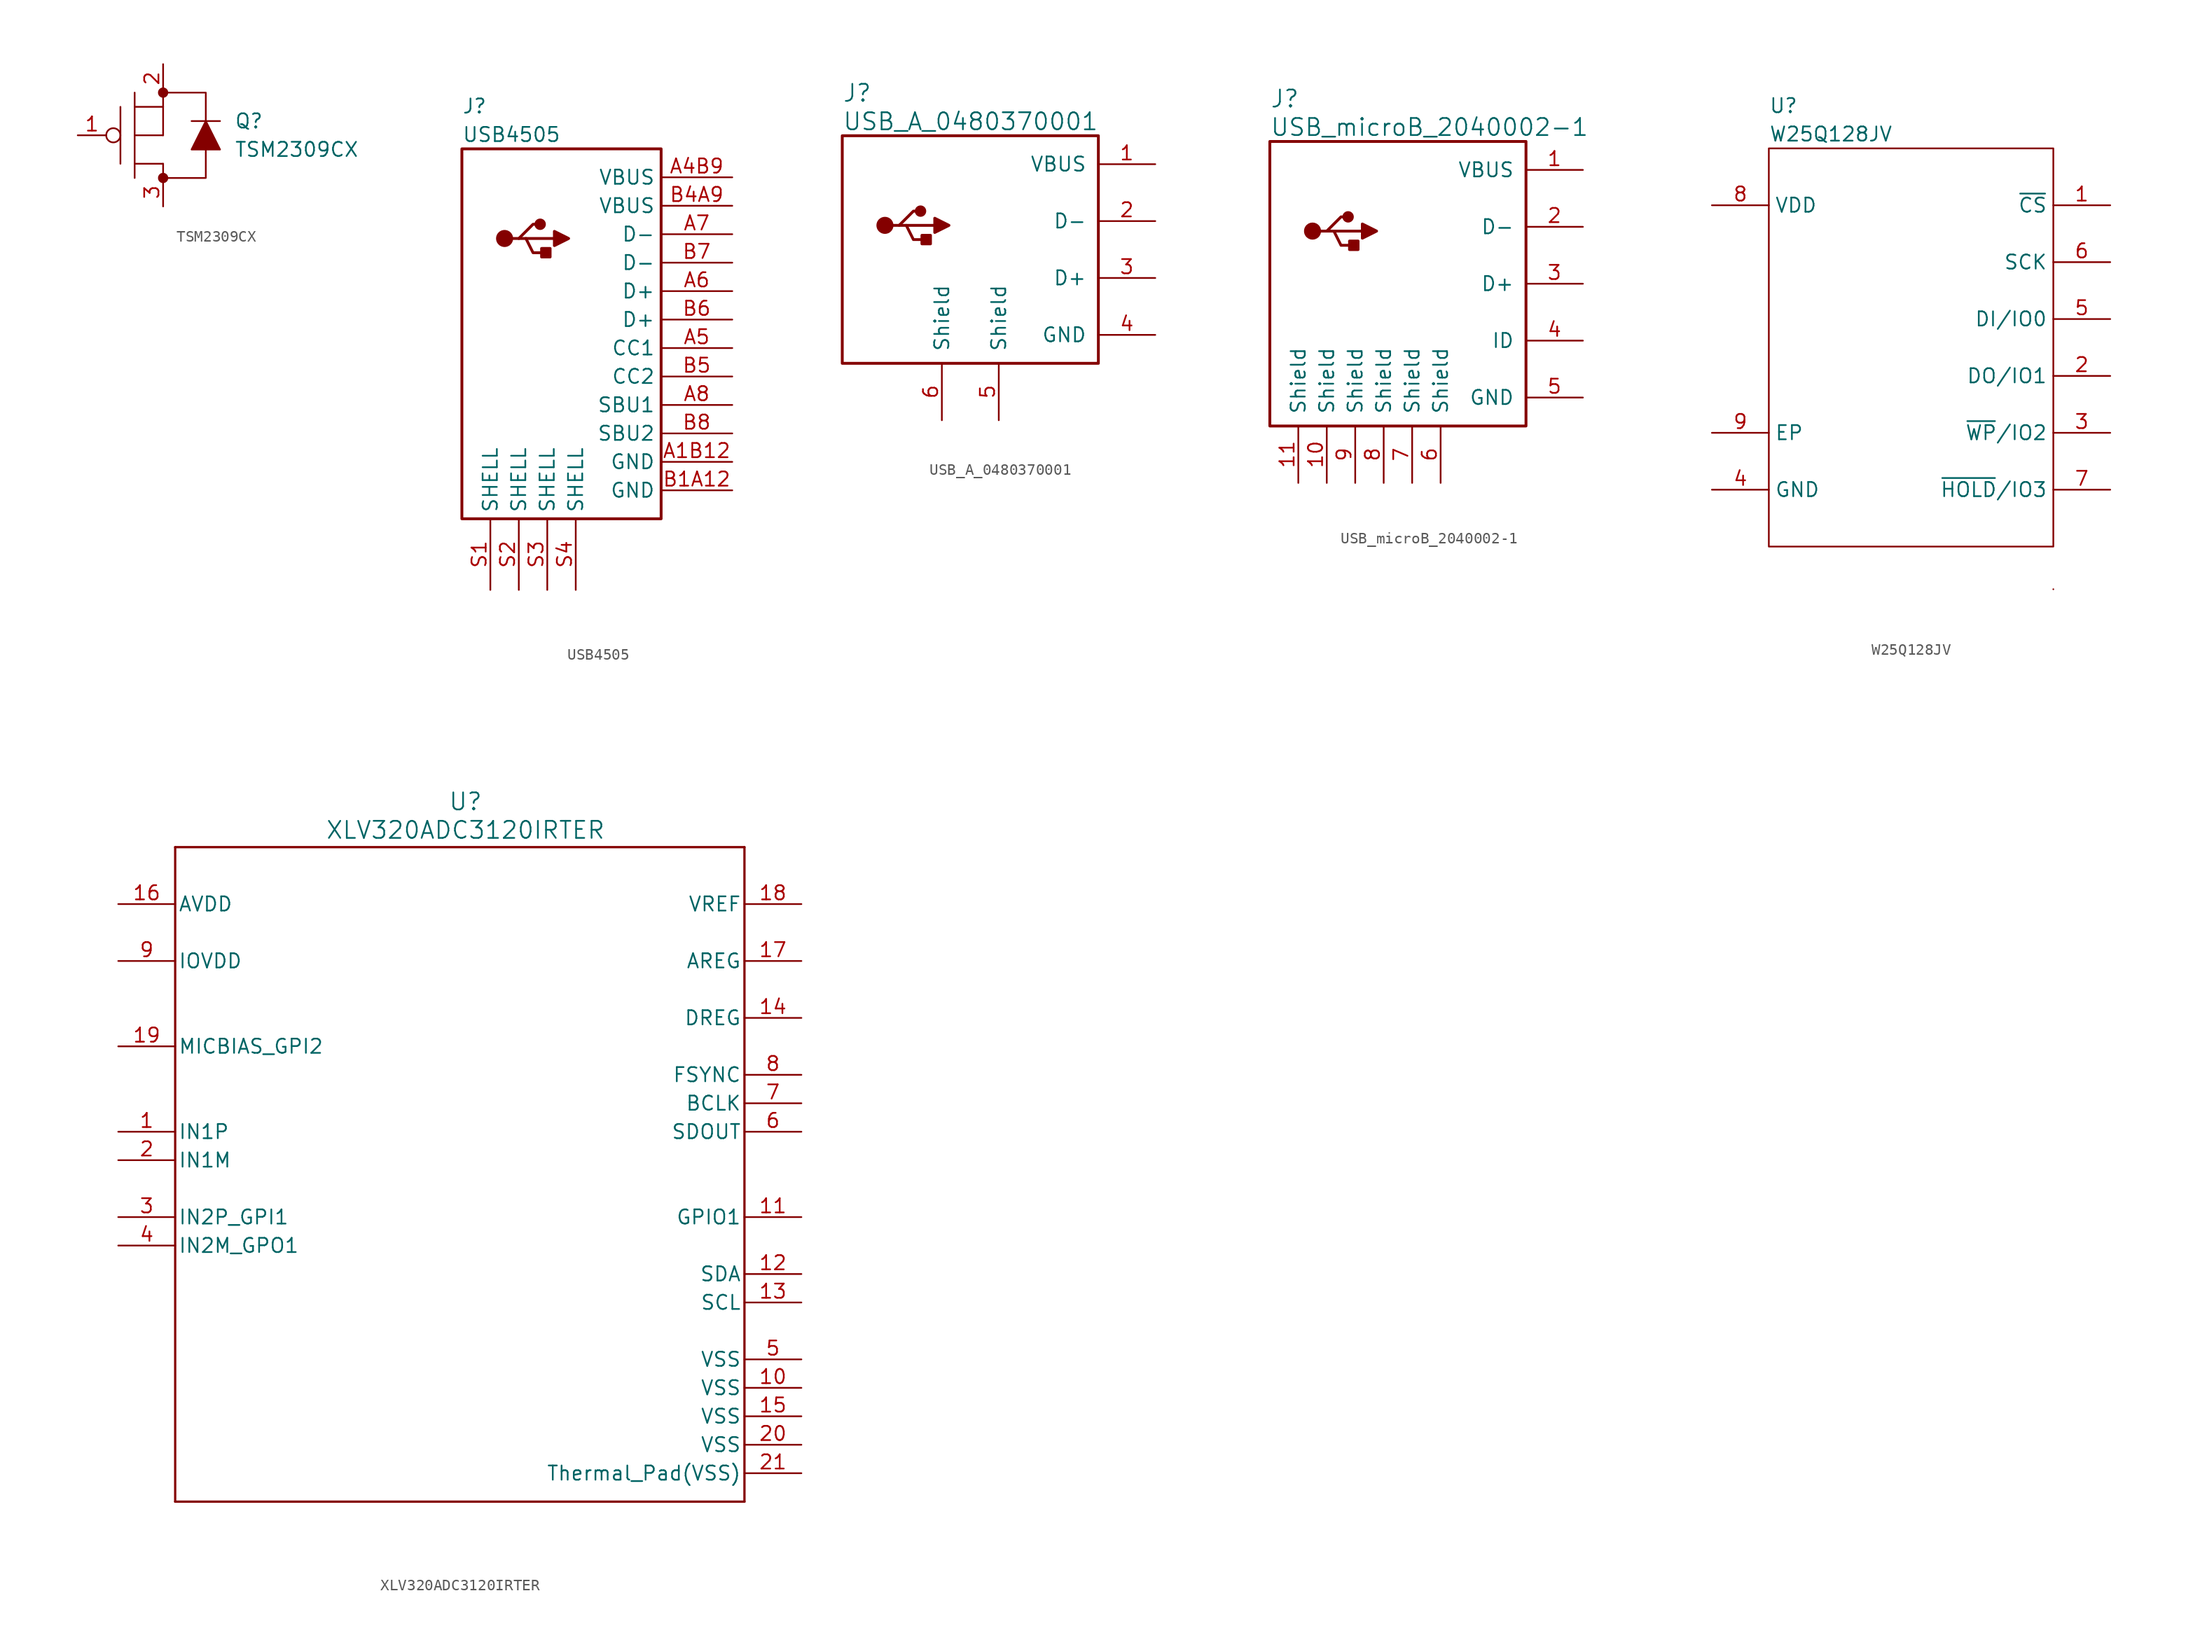
<source format=kicad_sym>
(kicad_symbol_lib
  (version 20231120)
  (generator "kicad_symbol_editor")
  (generator_version "8.0")
  (symbol "TSM2309CX"
    (pin_names
      (offset 1.016))
    (property "Reference" "Q"
      (at 6.35 1.27 0)
      (effects (font (size 1.27 1.27)) (justify left)))
    (property "Value" "TSM2309CX"
      (at 6.35 -1.27 0)
      (effects (font (size 1.27 1.27)) (justify left)))
    (symbol "TSM2309CX_0_1"
      (circle (center -4.445 0) (radius 0.635) (stroke (width 0) (type default)) (fill (type none)))
      (circle (center 0 -3.81) (radius 0.381) (stroke (width 0) (type default)) (fill (type outline)))
      (polyline (pts (xy -3.81 2.54) (xy -3.81 -2.54)) (stroke (width 0) (type default)) (fill (type none)))
      (polyline (pts (xy -2.54 -2.54) (xy 0 -2.54)) (stroke (width 0) (type default)) (fill (type none)))
      (polyline (pts (xy -2.54 0) (xy 0 0)) (stroke (width 0) (type default)) (fill (type none)))
      (polyline (pts (xy -2.54 3.81) (xy -2.54 -3.81)) (stroke (width 0) (type default)) (fill (type none)))
      (polyline (pts (xy 0 -2.54) (xy 0 -3.81)) (stroke (width 0) (type default)) (fill (type none)))
      (polyline (pts (xy 0 2.54) (xy -2.54 2.54)) (stroke (width 0) (type default)) (fill (type none)))
      (polyline (pts (xy 2.54 1.27) (xy 5.08 1.27)) (stroke (width 0) (type default)) (fill (type none)))
      (polyline (pts (xy 0 -3.81) (xy 3.81 -3.81) (xy 3.81 -1.27)) (stroke (width 0) (type default)) (fill (type none)))
      (polyline (pts (xy 0 2.54) (xy 0 3.81) (xy 3.81 3.81) (xy 3.81 1.27)) (stroke (width 0) (type default)) (fill (type none)))
      (polyline (pts (xy 3.81 1.27) (xy 2.54 -1.27) (xy 5.08 -1.27) (xy 3.81 1.27)) (stroke (width 0) (type default)) (fill (type outline)))
      (circle (center 0 3.81) (radius 0.381) (stroke (width 0) (type default)) (fill (type outline))))
    (symbol "TSM2309CX_1_1"
      (polyline (pts (xy 0 2.54) (xy 0 0)) (stroke (width 0) (type default)) (fill (type none)))
      (pin input line (at -7.62 0 0) (length 2.54) (name "~" (effects (font (size 1.27 1.27)))) (number "1" (effects (font (size 1.27 1.27)))))
      (pin input line (at 0 6.35 270) (length 2.54) (name "~" (effects (font (size 1.27 1.27)))) (number "2" (effects (font (size 1.27 1.27)))))
      (pin input line (at 0 -6.35 90) (length 2.54) (name "~" (effects (font (size 1.27 1.27)))) (number "3" (effects (font (size 1.27 1.27)))))))
  (symbol "USB4505"
    (property "Reference" "J"
      (at -8.89 20.32 0)
      (effects (font (size 1.27 1.27)) (justify left)))
    (property "Value" "USB4505"
      (at -8.89 17.78 0)
      (effects (font (size 1.27 1.27)) (justify left)))
    (symbol "USB4505_0_1"
      (rectangle (start -8.89 16.51) (end 8.89 -16.51) (stroke (width 0.254) (type default)) (fill (type none)))
      (circle (center -5.08 8.509) (radius 0.635) (stroke (width 0.254) (type default)) (fill (type outline)))
      (circle (center -1.905 9.779) (radius 0.381) (stroke (width 0.254) (type default)) (fill (type outline)))
      (rectangle (start -1.016 7.62) (end -1.778 6.858) (stroke (width 0.254) (type default)) (fill (type outline)))
      (polyline (pts (xy -3.175 8.509) (xy -0.635 8.509)) (stroke (width 0.254) (type default)) (fill (type none)))
      (polyline (pts (xy -4.445 8.509) (xy -3.81 8.509) (xy -2.54 9.779) (xy -1.905 9.779)) (stroke (width 0.254) (type default)) (fill (type none)))
      (polyline (pts (xy -3.81 8.509) (xy -3.175 8.509) (xy -2.54 7.239) (xy -1.27 7.239)) (stroke (width 0.254) (type default)) (fill (type none)))
      (polyline (pts (xy -0.635 9.144) (xy -0.635 7.874) (xy 0.635 8.509) (xy -0.635 9.144)) (stroke (width 0.254) (type default)) (fill (type outline))))
    (symbol "USB4505_1_1"
      (pin power_in line (at 15.24 -11.43 180) (length 6.35) (name "GND" (effects (font (size 1.27 1.27)))) (number "A1B12" (effects (font (size 1.27 1.27)))))
      (pin power_in line (at 15.24 13.97 180) (length 6.35) (name "VBUS" (effects (font (size 1.27 1.27)))) (number "A4B9" (effects (font (size 1.27 1.27)))))
      (pin bidirectional line (at 15.24 -1.27 180) (length 6.35) (name "CC1" (effects (font (size 1.27 1.27)))) (number "A5" (effects (font (size 1.27 1.27)))))
      (pin bidirectional line (at 15.24 3.81 180) (length 6.35) (name "D+" (effects (font (size 1.27 1.27)))) (number "A6" (effects (font (size 1.27 1.27)))))
      (pin bidirectional line (at 15.24 8.89 180) (length 6.35) (name "D-" (effects (font (size 1.27 1.27)))) (number "A7" (effects (font (size 1.27 1.27)))))
      (pin bidirectional line (at 15.24 -6.35 180) (length 6.35) (name "SBU1" (effects (font (size 1.27 1.27)))) (number "A8" (effects (font (size 1.27 1.27)))))
      (pin power_in line (at 15.24 -13.97 180) (length 6.35) (name "GND" (effects (font (size 1.27 1.27)))) (number "B1A12" (effects (font (size 1.27 1.27)))))
      (pin power_in line (at 15.24 11.43 180) (length 6.35) (name "VBUS" (effects (font (size 1.27 1.27)))) (number "B4A9" (effects (font (size 1.27 1.27)))))
      (pin bidirectional line (at 15.24 -3.81 180) (length 6.35) (name "CC2" (effects (font (size 1.27 1.27)))) (number "B5" (effects (font (size 1.27 1.27)))))
      (pin bidirectional line (at 15.24 1.27 180) (length 6.35) (name "D+" (effects (font (size 1.27 1.27)))) (number "B6" (effects (font (size 1.27 1.27)))))
      (pin bidirectional line (at 15.24 6.35 180) (length 6.35) (name "D-" (effects (font (size 1.27 1.27)))) (number "B7" (effects (font (size 1.27 1.27)))))
      (pin bidirectional line (at 15.24 -8.89 180) (length 6.35) (name "SBU2" (effects (font (size 1.27 1.27)))) (number "B8" (effects (font (size 1.27 1.27)))))
      (pin power_in line (at -6.35 -22.86 90) (length 6.35) (name "SHELL" (effects (font (size 1.27 1.27)))) (number "S1" (effects (font (size 1.27 1.27)))))
      (pin power_in line (at -3.81 -22.86 90) (length 6.35) (name "SHELL" (effects (font (size 1.27 1.27)))) (number "S2" (effects (font (size 1.27 1.27)))))
      (pin power_in line (at -1.27 -22.86 90) (length 6.35) (name "SHELL" (effects (font (size 1.27 1.27)))) (number "S3" (effects (font (size 1.27 1.27)))))
      (pin power_in line (at 1.27 -22.86 90) (length 6.35) (name "SHELL" (effects (font (size 1.27 1.27)))) (number "S4" (effects (font (size 1.27 1.27)))))))
  (symbol "USB_A_0480370001"
    (pin_names
      (offset 1.016))
    (property "Reference" "J"
      (at -11.43 16.51 0)
      (effects (font (size 1.524 1.524)) (justify left)))
    (property "Value" "USB_A_0480370001"
      (at -11.43 13.97 0)
      (effects (font (size 1.524 1.524)) (justify left)))
    (symbol "USB_A_0480370001_0_1"
      (circle (center -7.62 4.699) (radius 0.635) (stroke (width 0.254) (type default)) (fill (type outline)))
      (circle (center -4.445 5.969) (radius 0.381) (stroke (width 0.254) (type default)) (fill (type outline)))
      (rectangle (start -3.556 3.81) (end -4.318 3.048) (stroke (width 0.254) (type default)) (fill (type outline)))
      (polyline (pts (xy -5.715 4.699) (xy -3.175 4.699)) (stroke (width 0.254) (type default)) (fill (type none)))
      (polyline (pts (xy -6.985 4.699) (xy -6.35 4.699) (xy -5.08 5.969) (xy -4.445 5.969)) (stroke (width 0.254) (type default)) (fill (type none)))
      (polyline (pts (xy -6.35 4.699) (xy -5.715 4.699) (xy -5.08 3.429) (xy -3.81 3.429)) (stroke (width 0.254) (type default)) (fill (type none)))
      (polyline (pts (xy -3.175 5.334) (xy -3.175 4.064) (xy -1.905 4.699) (xy -3.175 5.334)) (stroke (width 0.254) (type default)) (fill (type outline)))
      (rectangle (start 11.43 -7.62) (end -11.43 12.7) (stroke (width 0.254) (type default)) (fill (type none))))
    (symbol "USB_A_0480370001_1_1"
      (pin power_in line (at 16.51 10.16 180) (length 5.08) (name "VBUS" (effects (font (size 1.27 1.27)))) (number "1" (effects (font (size 1.27 1.27)))))
      (pin passive line (at 16.51 5.08 180) (length 5.08) (name "D-" (effects (font (size 1.27 1.27)))) (number "2" (effects (font (size 1.27 1.27)))))
      (pin passive line (at 16.51 0 180) (length 5.08) (name "D+" (effects (font (size 1.27 1.27)))) (number "3" (effects (font (size 1.27 1.27)))))
      (pin passive line (at 16.51 -5.08 180) (length 5.08) (name "GND" (effects (font (size 1.27 1.27)))) (number "4" (effects (font (size 1.27 1.27)))))
      (pin power_in line (at 2.54 -12.7 90) (length 5.08) (name "Shield" (effects (font (size 1.27 1.27)))) (number "5" (effects (font (size 1.27 1.27)))))
      (pin passive line (at -2.54 -12.7 90) (length 5.08) (name "Shield" (effects (font (size 1.27 1.27)))) (number "6" (effects (font (size 1.27 1.27)))))))
  (symbol "USB_microB_2040002-1"
    (pin_names
      (offset 1.016))
    (property "Reference" "J"
      (at -11.43 16.51 0)
      (effects (font (size 1.524 1.524)) (justify left)))
    (property "Value" "USB_microB_2040002-1"
      (at -11.43 13.97 0)
      (effects (font (size 1.524 1.524)) (justify left)))
    (symbol "USB_microB_2040002-1_0_1"
      (circle (center -7.62 4.699) (radius 0.635) (stroke (width 0.254) (type default)) (fill (type outline)))
      (circle (center -4.445 5.969) (radius 0.381) (stroke (width 0.254) (type default)) (fill (type outline)))
      (rectangle (start -3.556 3.81) (end -4.318 3.048) (stroke (width 0.254) (type default)) (fill (type outline)))
      (polyline (pts (xy -5.715 4.699) (xy -3.175 4.699)) (stroke (width 0.254) (type default)) (fill (type none)))
      (polyline (pts (xy -6.985 4.699) (xy -6.35 4.699) (xy -5.08 5.969) (xy -4.445 5.969)) (stroke (width 0.254) (type default)) (fill (type none)))
      (polyline (pts (xy -6.35 4.699) (xy -5.715 4.699) (xy -5.08 3.429) (xy -3.81 3.429)) (stroke (width 0.254) (type default)) (fill (type none)))
      (polyline (pts (xy -3.175 5.334) (xy -3.175 4.064) (xy -1.905 4.699) (xy -3.175 5.334)) (stroke (width 0.254) (type default)) (fill (type outline)))
      (rectangle (start 11.43 -12.7) (end -11.43 12.7) (stroke (width 0.254) (type default)) (fill (type none))))
    (symbol "USB_microB_2040002-1_1_1"
      (pin power_in line (at 16.51 10.16 180) (length 5.08) (name "VBUS" (effects (font (size 1.27 1.27)))) (number "1" (effects (font (size 1.27 1.27)))))
      (pin passive line (at -6.35 -17.78 90) (length 5.08) (name "Shield" (effects (font (size 1.27 1.27)))) (number "10" (effects (font (size 1.27 1.27)))))
      (pin passive line (at -8.89 -17.78 90) (length 5.08) (name "Shield" (effects (font (size 1.27 1.27)))) (number "11" (effects (font (size 1.27 1.27)))))
      (pin passive line (at 16.51 5.08 180) (length 5.08) (name "D-" (effects (font (size 1.27 1.27)))) (number "2" (effects (font (size 1.27 1.27)))))
      (pin passive line (at 16.51 0 180) (length 5.08) (name "D+" (effects (font (size 1.27 1.27)))) (number "3" (effects (font (size 1.27 1.27)))))
      (pin passive line (at 16.51 -5.08 180) (length 5.08) (name "ID" (effects (font (size 1.27 1.27)))) (number "4" (effects (font (size 1.27 1.27)))))
      (pin power_in line (at 16.51 -10.16 180) (length 5.08) (name "GND" (effects (font (size 1.27 1.27)))) (number "5" (effects (font (size 1.27 1.27)))))
      (pin passive line (at 3.81 -17.78 90) (length 5.08) (name "Shield" (effects (font (size 1.27 1.27)))) (number "6" (effects (font (size 1.27 1.27)))))
      (pin passive line (at 1.27 -17.78 90) (length 5.08) (name "Shield" (effects (font (size 1.27 1.27)))) (number "7" (effects (font (size 1.27 1.27)))))
      (pin passive line (at -1.27 -17.78 90) (length 5.08) (name "Shield" (effects (font (size 1.27 1.27)))) (number "8" (effects (font (size 1.27 1.27)))))
      (pin passive line (at -3.81 -17.78 90) (length 5.08) (name "Shield" (effects (font (size 1.27 1.27)))) (number "9" (effects (font (size 1.27 1.27)))))))
  (symbol "W25Q128JV"
    (property "Reference" "U"
      (at -12.7 21.59 0)
      (effects (font (size 1.27 1.27)) (justify left)))
    (property "Value" "W25Q128JV"
      (at -12.7 19.05 0)
      (effects (font (size 1.27 1.27)) (justify left)))
    (symbol "W25Q128JV_0_1"
      (rectangle (start -12.7 17.78) (end 12.7 -17.78) (stroke (width 0) (type default)) (fill (type none)))
      (rectangle (start 12.7 -21.59) (end 12.7 -21.59) (stroke (width 0) (type default)) (fill (type none))))
    (symbol "W25Q128JV_1_1"
      (pin input line (at 17.78 12.7 180) (length 5.08) (name "~{CS}" (effects (font (size 1.27 1.27)))) (number "1" (effects (font (size 1.27 1.27)))))
      (pin bidirectional line (at 17.78 -2.54 180) (length 5.08) (name "DO/IO1" (effects (font (size 1.27 1.27)))) (number "2" (effects (font (size 1.27 1.27)))))
      (pin bidirectional line (at 17.78 -7.62 180) (length 5.08) (name "~{WP}/IO2" (effects (font (size 1.27 1.27)))) (number "3" (effects (font (size 1.27 1.27)))))
      (pin power_in line (at -17.78 -12.7 0) (length 5.08) (name "GND" (effects (font (size 1.27 1.27)))) (number "4" (effects (font (size 1.27 1.27)))))
      (pin bidirectional line (at 17.78 2.54 180) (length 5.08) (name "DI/IO0" (effects (font (size 1.27 1.27)))) (number "5" (effects (font (size 1.27 1.27)))))
      (pin input line (at 17.78 7.62 180) (length 5.08) (name "SCK" (effects (font (size 1.27 1.27)))) (number "6" (effects (font (size 1.27 1.27)))))
      (pin bidirectional line (at 17.78 -12.7 180) (length 5.08) (name "~{HOLD}/IO3" (effects (font (size 1.27 1.27)))) (number "7" (effects (font (size 1.27 1.27)))))
      (pin power_in line (at -17.78 12.7 0) (length 5.08) (name "VDD" (effects (font (size 1.27 1.27)))) (number "8" (effects (font (size 1.27 1.27)))))
      (pin power_in line (at -17.78 -7.62 0) (length 5.08) (name "EP" (effects (font (size 1.27 1.27)))) (number "9" (effects (font (size 1.27 1.27)))))))
  (symbol "XLV320ADC3120IRTER"
    (pin_names
      (offset 0.254))
    (property "Reference" "U"
      (at 30.988 9.144 0)
      (effects (font (size 1.524 1.524))))
    (property "Value" "XLV320ADC3120IRTER"
      (at 30.988 6.604 0)
      (effects (font (size 1.524 1.524))))
    (property "ki_locked" ""
      (at 0 0 0)
      (effects (font (size 1.27 1.27))))
    (symbol "XLV320ADC3120IRTER_0_1"
      (polyline (pts (xy 5.08 -53.34) (xy 55.88 -53.34)) (stroke (width 0.203) (type default)) (fill (type none)))
      (polyline (pts (xy 5.08 5.08) (xy 5.08 -53.34)) (stroke (width 0.203) (type default)) (fill (type none)))
      (polyline (pts (xy 55.88 -53.34) (xy 55.88 5.08)) (stroke (width 0.203) (type default)) (fill (type none)))
      (polyline (pts (xy 55.88 5.08) (xy 5.08 5.08)) (stroke (width 0.203) (type default)) (fill (type none)))
      (pin input line (at 0 -20.32 0) (length 5.08) (name "IN1P" (effects (font (size 1.27 1.27)))) (number "1" (effects (font (size 1.27 1.27)))))
      (pin power_in line (at 60.96 -43.18 180) (length 5.08) (name "VSS" (effects (font (size 1.27 1.27)))) (number "10" (effects (font (size 1.27 1.27)))))
      (pin bidirectional line (at 60.96 -27.94 180) (length 5.08) (name "GPIO1" (effects (font (size 1.27 1.27)))) (number "11" (effects (font (size 1.27 1.27)))))
      (pin bidirectional line (at 60.96 -33.02 180) (length 5.08) (name "SDA" (effects (font (size 1.27 1.27)))) (number "12" (effects (font (size 1.27 1.27)))))
      (pin input line (at 60.96 -35.56 180) (length 5.08) (name "SCL" (effects (font (size 1.27 1.27)))) (number "13" (effects (font (size 1.27 1.27)))))
      (pin power_in line (at 60.96 -10.16 180) (length 5.08) (name "DREG" (effects (font (size 1.27 1.27)))) (number "14" (effects (font (size 1.27 1.27)))))
      (pin power_in line (at 60.96 -45.72 180) (length 5.08) (name "VSS" (effects (font (size 1.27 1.27)))) (number "15" (effects (font (size 1.27 1.27)))))
      (pin power_in line (at 0 0 0) (length 5.08) (name "AVDD" (effects (font (size 1.27 1.27)))) (number "16" (effects (font (size 1.27 1.27)))))
      (pin power_in line (at 60.96 -5.08 180) (length 5.08) (name "AREG" (effects (font (size 1.27 1.27)))) (number "17" (effects (font (size 1.27 1.27)))))
      (pin unspecified line (at 60.96 0 180) (length 5.08) (name "VREF" (effects (font (size 1.27 1.27)))) (number "18" (effects (font (size 1.27 1.27)))))
      (pin input line (at 0 -12.7 0) (length 5.08) (name "MICBIAS_GPI2" (effects (font (size 1.27 1.27)))) (number "19" (effects (font (size 1.27 1.27)))))
      (pin input line (at 0 -22.86 0) (length 5.08) (name "IN1M" (effects (font (size 1.27 1.27)))) (number "2" (effects (font (size 1.27 1.27)))))
      (pin power_in line (at 60.96 -48.26 180) (length 5.08) (name "VSS" (effects (font (size 1.27 1.27)))) (number "20" (effects (font (size 1.27 1.27)))))
      (pin power_in line (at 60.96 -50.8 180) (length 5.08) (name "Thermal_Pad(VSS)" (effects (font (size 1.27 1.27)))) (number "21" (effects (font (size 1.27 1.27)))))
      (pin input line (at 0 -27.94 0) (length 5.08) (name "IN2P_GPI1" (effects (font (size 1.27 1.27)))) (number "3" (effects (font (size 1.27 1.27)))))
      (pin input line (at 0 -30.48 0) (length 5.08) (name "IN2M_GPO1" (effects (font (size 1.27 1.27)))) (number "4" (effects (font (size 1.27 1.27)))))
      (pin power_in line (at 60.96 -40.64 180) (length 5.08) (name "VSS" (effects (font (size 1.27 1.27)))) (number "5" (effects (font (size 1.27 1.27)))))
      (pin output line (at 60.96 -20.32 180) (length 5.08) (name "SDOUT" (effects (font (size 1.27 1.27)))) (number "6" (effects (font (size 1.27 1.27)))))
      (pin bidirectional line (at 60.96 -17.78 180) (length 5.08) (name "BCLK" (effects (font (size 1.27 1.27)))) (number "7" (effects (font (size 1.27 1.27)))))
      (pin bidirectional line (at 60.96 -15.24 180) (length 5.08) (name "FSYNC" (effects (font (size 1.27 1.27)))) (number "8" (effects (font (size 1.27 1.27)))))
      (pin power_in line (at 0 -5.08 0) (length 5.08) (name "IOVDD" (effects (font (size 1.27 1.27)))) (number "9" (effects (font (size 1.27 1.27))))))))
</source>
